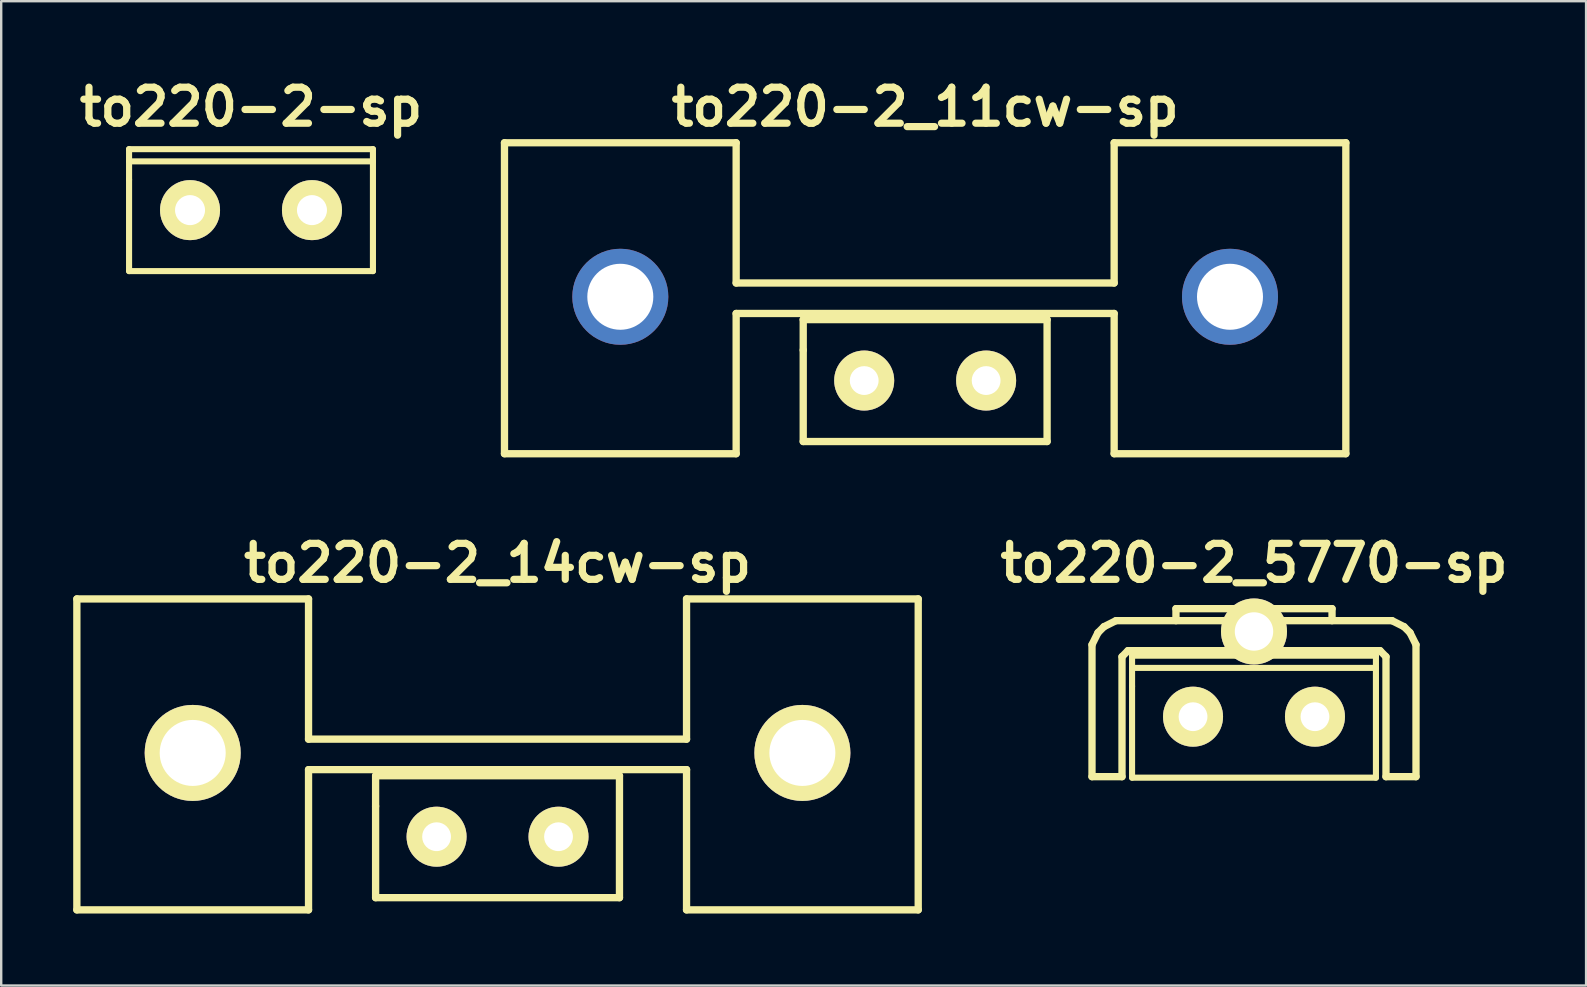
<source format=kicad_pcb>
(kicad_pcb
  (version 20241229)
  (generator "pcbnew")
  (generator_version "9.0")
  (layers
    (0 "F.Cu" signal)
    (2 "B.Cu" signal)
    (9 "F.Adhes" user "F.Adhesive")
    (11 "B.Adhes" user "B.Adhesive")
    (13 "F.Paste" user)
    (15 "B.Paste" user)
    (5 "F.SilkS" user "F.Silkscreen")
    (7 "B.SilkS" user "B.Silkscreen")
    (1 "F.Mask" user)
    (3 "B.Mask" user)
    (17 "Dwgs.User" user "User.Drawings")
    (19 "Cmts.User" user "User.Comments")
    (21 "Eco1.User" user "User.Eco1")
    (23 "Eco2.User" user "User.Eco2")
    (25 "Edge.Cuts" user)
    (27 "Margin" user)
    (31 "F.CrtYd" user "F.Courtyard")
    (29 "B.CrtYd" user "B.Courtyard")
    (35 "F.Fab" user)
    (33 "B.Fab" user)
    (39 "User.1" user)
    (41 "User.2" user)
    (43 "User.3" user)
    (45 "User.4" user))
  (footprint "to220-2-sp"
    (layer "F.Cu")
    (at 7.407 5.704)
    (property "Reference" "to220-2-sp" (at 0 -4.3 0) (layer "F.SilkS") (effects (font (size 1.5 1.5) (thickness 0.3))))
    (attr through_hole)
    (fp_line (start -5.08 -2.54) (end -5.08 -1.27) (stroke (width 0.254) (type solid)) (layer "F.SilkS"))
    (fp_line (start -5.08 -2.032) (end 5.08 -2.032) (stroke (width 0.254) (type solid)) (layer "F.SilkS"))
    (fp_line (start -5.08 -1.27) (end -5.08 2.54) (stroke (width 0.254) (type solid)) (layer "F.SilkS"))
    (fp_line (start -5.08 2.54) (end 5.08 2.54) (stroke (width 0.254) (type solid)) (layer "F.SilkS"))
    (fp_line (start 5.08 -2.54) (end -5.08 -2.54) (stroke (width 0.254) (type solid)) (layer "F.SilkS"))
    (fp_line (start 5.08 2.54) (end 5.08 -2.54) (stroke (width 0.254) (type solid)) (layer "F.SilkS"))
    (pad "1" thru_hole circle (at -2.54 0) (size 2.5 2.5) (drill 1.25) (layers "*.Cu" "*.Mask" "F.SilkS"))
    (pad "2" thru_hole circle (at 2.54 0) (size 2.5 2.5) (drill 1.25) (layers "*.Cu" "*.Mask" "F.SilkS")))
  (footprint "to220-2_11cw-sp"
    (layer "F.Cu")
    (at 35.493 12.804)
    (property "Reference" "to220-2_11cw-sp" (at 0 -11.4 0) (layer "F.SilkS") (effects (font (size 1.5 1.5) (thickness 0.3))))
    (attr through_hole)
    (fp_line (start -17.526 -9.906) (end -17.526 3.048) (stroke (width 0.305) (type solid)) (layer "F.SilkS"))
    (fp_line (start -17.526 3.048) (end -7.874 3.048) (stroke (width 0.305) (type solid)) (layer "F.SilkS"))
    (fp_line (start -7.874 -9.906) (end -17.526 -9.906) (stroke (width 0.305) (type solid)) (layer "F.SilkS"))
    (fp_line (start -7.874 -9.906) (end -7.874 -4.064) (stroke (width 0.305) (type solid)) (layer "F.SilkS"))
    (fp_line (start -7.874 -2.794) (end -7.874 3.048) (stroke (width 0.305) (type solid)) (layer "F.SilkS"))
    (fp_line (start -7.874 -2.794) (end 7.874 -2.794) (stroke (width 0.305) (type solid)) (layer "F.SilkS"))
    (fp_line (start -5.08 -2.54) (end -5.08 -1.27) (stroke (width 0.305) (type solid)) (layer "F.SilkS"))
    (fp_line (start -5.08 -1.27) (end -5.08 2.54) (stroke (width 0.305) (type solid)) (layer "F.SilkS"))
    (fp_line (start -5.08 2.54) (end 5.08 2.54) (stroke (width 0.305) (type solid)) (layer "F.SilkS"))
    (fp_line (start 5.08 -2.54) (end -5.08 -2.54) (stroke (width 0.305) (type solid)) (layer "F.SilkS"))
    (fp_line (start 5.08 2.54) (end 5.08 -2.54) (stroke (width 0.305) (type solid)) (layer "F.SilkS"))
    (fp_line (start 7.874 -9.906) (end 7.874 -4.064) (stroke (width 0.305) (type solid)) (layer "F.SilkS"))
    (fp_line (start 7.874 -4.064) (end -7.874 -4.064) (stroke (width 0.305) (type solid)) (layer "F.SilkS"))
    (fp_line (start 7.874 3.048) (end 7.874 -2.794) (stroke (width 0.305) (type solid)) (layer "F.SilkS"))
    (fp_line (start 7.874 3.048) (end 17.526 3.048) (stroke (width 0.305) (type solid)) (layer "F.SilkS"))
    (fp_line (start 17.526 -9.906) (end 7.874 -9.906) (stroke (width 0.305) (type solid)) (layer "F.SilkS"))
    (fp_line (start 17.526 -9.906) (end 17.526 3.048) (stroke (width 0.305) (type solid)) (layer "F.SilkS"))
    (pad "" thru_hole circle (at -12.7 -3.49) (size 4 4) (drill 2.75) (layers "*.Cu" "*.Mask"))
    (pad "" thru_hole circle (at 12.7 -3.49) (size 4 4) (drill 2.75) (layers "*.Cu" "*.Mask"))
    (pad "1" thru_hole circle (at -2.54 0) (size 2.5 2.5) (drill 1.2) (layers "*.Cu" "*.Mask" "F.SilkS"))
    (pad "2" thru_hole circle (at 2.54 0) (size 2.5 2.5) (drill 1.2) (layers "*.Cu" "*.Mask" "F.SilkS")))
  (footprint "to220-2_14cw-sp"
    (layer "F.Cu")
    (at 17.678 31.808)
    (property "Reference" "to220-2_14cw-sp" (at 0 -11.4 0) (layer "F.SilkS") (effects (font (size 1.5 1.5) (thickness 0.3))))
    (attr through_hole)
    (fp_line (start -17.526 -9.906) (end -17.526 3.048) (stroke (width 0.305) (type solid)) (layer "F.SilkS"))
    (fp_line (start -17.526 3.048) (end -7.874 3.048) (stroke (width 0.305) (type solid)) (layer "F.SilkS"))
    (fp_line (start -7.874 -9.906) (end -17.526 -9.906) (stroke (width 0.305) (type solid)) (layer "F.SilkS"))
    (fp_line (start -7.874 -9.906) (end -7.874 -4.064) (stroke (width 0.305) (type solid)) (layer "F.SilkS"))
    (fp_line (start -7.874 -2.794) (end -7.874 3.048) (stroke (width 0.305) (type solid)) (layer "F.SilkS"))
    (fp_line (start -7.874 -2.794) (end 7.874 -2.794) (stroke (width 0.305) (type solid)) (layer "F.SilkS"))
    (fp_line (start -5.08 -2.54) (end -5.08 -1.27) (stroke (width 0.305) (type solid)) (layer "F.SilkS"))
    (fp_line (start -5.08 -1.27) (end -5.08 2.54) (stroke (width 0.305) (type solid)) (layer "F.SilkS"))
    (fp_line (start -5.08 2.54) (end 5.08 2.54) (stroke (width 0.305) (type solid)) (layer "F.SilkS"))
    (fp_line (start 5.08 -2.54) (end -5.08 -2.54) (stroke (width 0.305) (type solid)) (layer "F.SilkS"))
    (fp_line (start 5.08 2.54) (end 5.08 -2.54) (stroke (width 0.305) (type solid)) (layer "F.SilkS"))
    (fp_line (start 7.874 -9.906) (end 7.874 -4.064) (stroke (width 0.305) (type solid)) (layer "F.SilkS"))
    (fp_line (start 7.874 -4.064) (end -7.874 -4.064) (stroke (width 0.305) (type solid)) (layer "F.SilkS"))
    (fp_line (start 7.874 3.048) (end 7.874 -2.794) (stroke (width 0.305) (type solid)) (layer "F.SilkS"))
    (fp_line (start 7.874 3.048) (end 17.526 3.048) (stroke (width 0.305) (type solid)) (layer "F.SilkS"))
    (fp_line (start 17.526 -9.906) (end 7.874 -9.906) (stroke (width 0.305) (type solid)) (layer "F.SilkS"))
    (fp_line (start 17.526 -9.906) (end 17.526 3.048) (stroke (width 0.305) (type solid)) (layer "F.SilkS"))
    (pad "" thru_hole circle (at -12.7 -3.49) (size 4 4) (drill 2.75) (layers "*.Cu" "*.Mask" "F.SilkS"))
    (pad "" thru_hole circle (at 12.7 -3.49) (size 4 4) (drill 2.75) (layers "*.Cu" "*.Mask" "F.SilkS"))
    (pad "1" thru_hole circle (at -2.54 0) (size 2.5 2.5) (drill 1.2) (layers "*.Cu" "*.Mask" "F.SilkS"))
    (pad "2" thru_hole circle (at 2.54 0) (size 2.5 2.5) (drill 1.2) (layers "*.Cu" "*.Mask" "F.SilkS")))
  (footprint "to220-2_5770-sp"
    (layer "F.Cu")
    (at 49.193 26.808)
    (property "Reference" "to220-2_5770-sp" (at 0 -6.4 0) (layer "F.SilkS") (effects (font (size 1.5 1.5) (thickness 0.3))))
    (attr through_hole)
    (fp_line (start -6.749 -3) (end -6.5 -3.5) (stroke (width 0.305) (type solid)) (layer "F.SilkS"))
    (fp_line (start -6.749 2.499) (end -6.749 -3) (stroke (width 0.305) (type solid)) (layer "F.SilkS"))
    (fp_line (start -6.5 -3.5) (end -6.251 -3.749) (stroke (width 0.305) (type solid)) (layer "F.SilkS"))
    (fp_line (start -6.251 -3.749) (end -5.751 -4) (stroke (width 0.305) (type solid)) (layer "F.SilkS"))
    (fp_line (start -5.499 -2.499) (end -5.499 2.499) (stroke (width 0.305) (type solid)) (layer "F.SilkS"))
    (fp_line (start -5.499 -2.499) (end -5.25 -2.751) (stroke (width 0.305) (type solid)) (layer "F.SilkS"))
    (fp_line (start -5.499 2.499) (end -6.749 2.499) (stroke (width 0.305) (type solid)) (layer "F.SilkS"))
    (fp_line (start -5.25 -2.751) (end 5.25 -2.751) (stroke (width 0.305) (type solid)) (layer "F.SilkS"))
    (fp_line (start -5.08 -2.54) (end -5.08 -1.27) (stroke (width 0.254) (type solid)) (layer "F.SilkS"))
    (fp_line (start -5.08 -2.032) (end 5.08 -2.032) (stroke (width 0.254) (type solid)) (layer "F.SilkS"))
    (fp_line (start -5.08 -1.27) (end -5.08 2.54) (stroke (width 0.254) (type solid)) (layer "F.SilkS"))
    (fp_line (start -5.08 2.54) (end 5.08 2.54) (stroke (width 0.254) (type solid)) (layer "F.SilkS"))
    (fp_line (start -3.251 -4.501) (end 3.251 -4.501) (stroke (width 0.305) (type solid)) (layer "F.SilkS"))
    (fp_line (start -3.251 -4) (end -3.251 -4.501) (stroke (width 0.305) (type solid)) (layer "F.SilkS"))
    (fp_line (start 3.251 -4.501) (end 3.251 -4) (stroke (width 0.305) (type solid)) (layer "F.SilkS"))
    (fp_line (start 5.08 -2.54) (end -5.08 -2.54) (stroke (width 0.254) (type solid)) (layer "F.SilkS"))
    (fp_line (start 5.08 2.54) (end 5.08 -2.54) (stroke (width 0.254) (type solid)) (layer "F.SilkS"))
    (fp_line (start 5.25 -2.751) (end 5.499 -2.499) (stroke (width 0.305) (type solid)) (layer "F.SilkS"))
    (fp_line (start 5.499 2.499) (end 5.499 -2.499) (stroke (width 0.305) (type solid)) (layer "F.SilkS"))
    (fp_line (start 5.751 -4) (end -5.751 -4) (stroke (width 0.305) (type solid)) (layer "F.SilkS"))
    (fp_line (start 5.751 -4) (end 6.251 -3.749) (stroke (width 0.305) (type solid)) (layer "F.SilkS"))
    (fp_line (start 6.251 -3.749) (end 6.5 -3.5) (stroke (width 0.305) (type solid)) (layer "F.SilkS"))
    (fp_line (start 6.5 -3.5) (end 6.749 -3) (stroke (width 0.305) (type solid)) (layer "F.SilkS"))
    (fp_line (start 6.749 -3) (end 6.749 2.499) (stroke (width 0.305) (type solid)) (layer "F.SilkS"))
    (fp_line (start 6.749 2.499) (end 5.499 2.499) (stroke (width 0.305) (type solid)) (layer "F.SilkS"))
    (pad "" thru_hole circle (at 0 -3.55) (size 2.75 2.75) (drill 1.6) (layers "*.Cu" "*.Mask" "F.SilkS"))
    (pad "1" thru_hole circle (at -2.54 0) (size 2.5 2.5) (drill 1.2) (layers "*.Cu" "*.Mask" "F.SilkS"))
    (pad "2" thru_hole circle (at 2.54 0) (size 2.5 2.5) (drill 1.2) (layers "*.Cu" "*.Mask" "F.SilkS")))
  (gr_rect
    (start -3 -3)
    (end 63.028 38.009)
    (stroke (width 0.1) (type default))
    (fill no)
    (layer "Edge.Cuts")))
</source>
